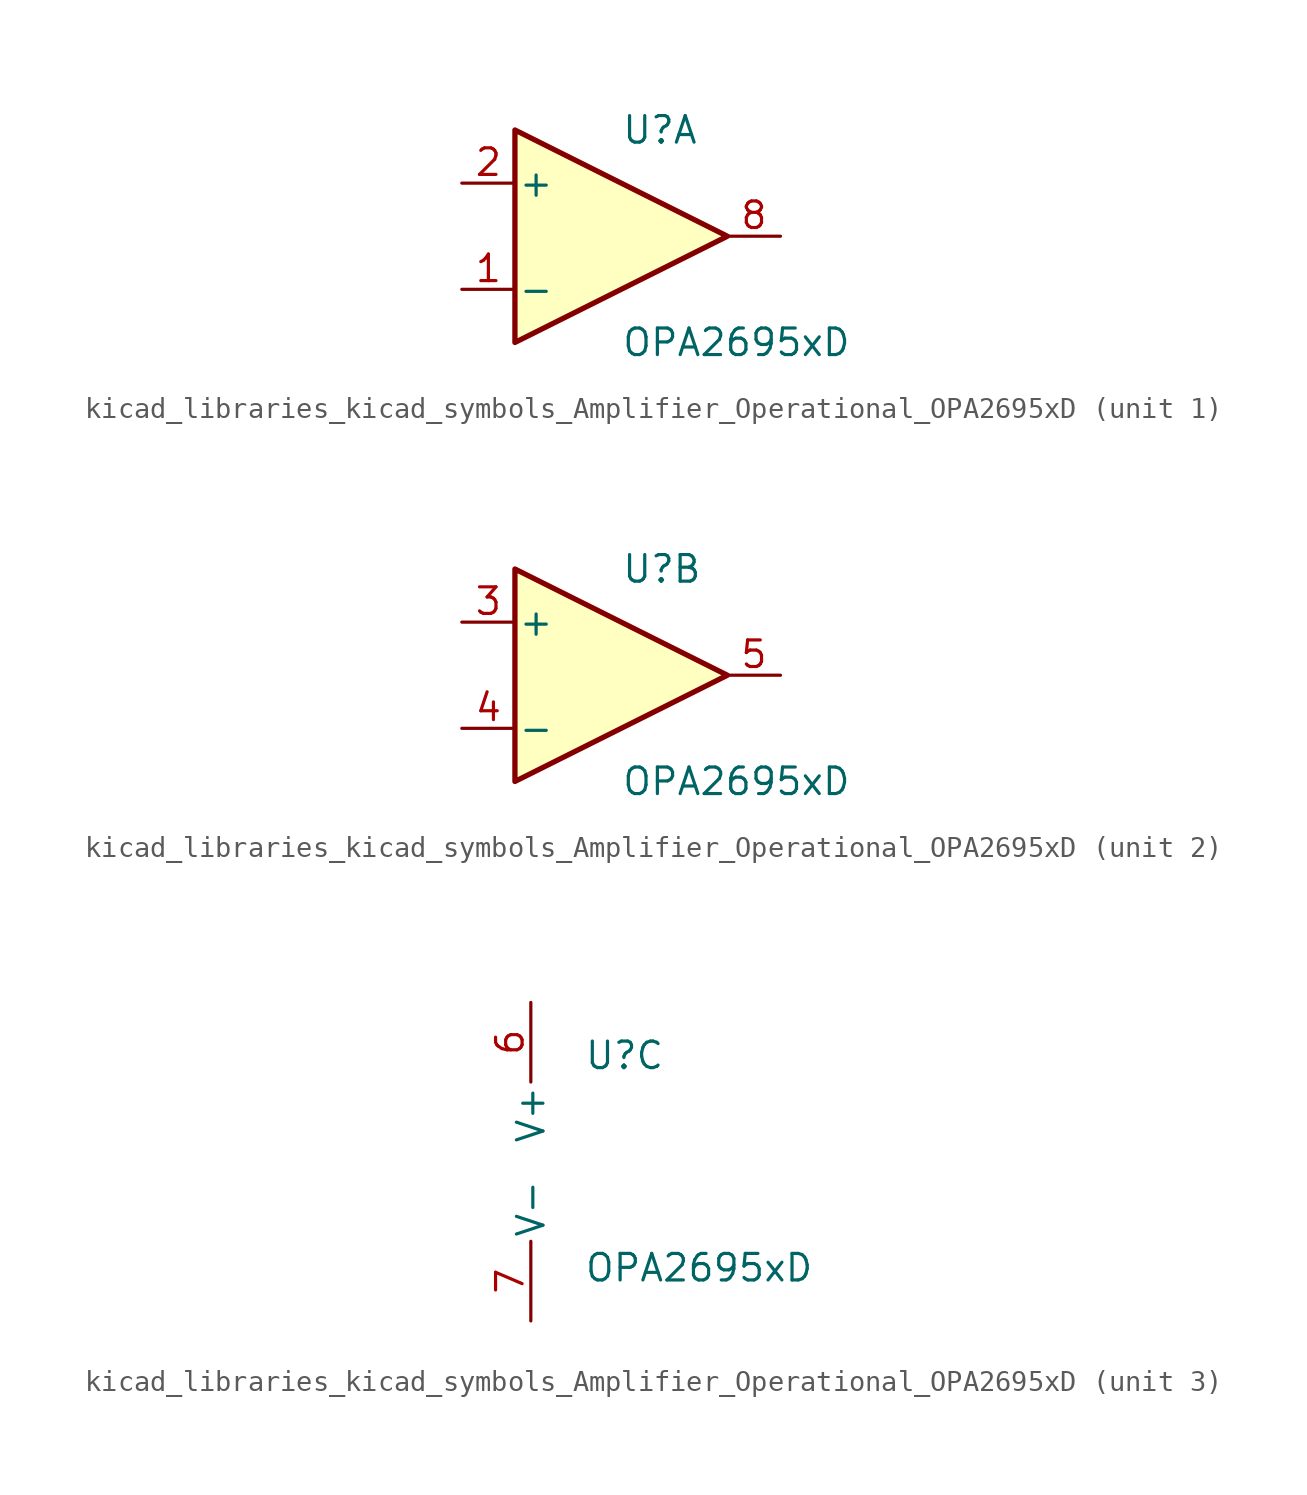
<source format=kicad_sym>
(kicad_symbol_lib
  (version 20220914)
  (generator kicad_symbol_editor)
  (symbol "kicad_libraries_kicad_symbols_Amplifier_Operational_OPA2695xD"
    (pin_names
      (offset 0.127))
    (property "Reference" "U"
      (at 0 5.08 0)
      (effects (font (size 1.27 1.27)) (justify left)))
    (property "Value" "OPA2695xD"
      (at 0 -5.08 0)
      (effects (font (size 1.27 1.27)) (justify left)))
    (property "ki_locked" ""
      (at 0 0 0)
      (effects (font (size 1.27 1.27))))
    (symbol "kicad_libraries_kicad_symbols_Amplifier_Operational_OPA2695xD_1_1"
      (polyline (pts (xy -5.08 5.08) (xy 5.08 0) (xy -5.08 -5.08) (xy -5.08 5.08)) (stroke (width 0.254) (type default)) (fill (type background)))
      (pin input line (at -7.62 -2.54 0) (length 2.54) (name "-" (effects (font (size 1.27 1.27)))) (number "1" (effects (font (size 1.27 1.27)))))
      (pin input line (at -7.62 2.54 0) (length 2.54) (name "+" (effects (font (size 1.27 1.27)))) (number "2" (effects (font (size 1.27 1.27)))))
      (pin output line (at 7.62 0 180) (length 2.54) (name "~" (effects (font (size 1.27 1.27)))) (number "8" (effects (font (size 1.27 1.27))))))
    (symbol "kicad_libraries_kicad_symbols_Amplifier_Operational_OPA2695xD_2_1"
      (polyline (pts (xy -5.08 5.08) (xy 5.08 0) (xy -5.08 -5.08) (xy -5.08 5.08)) (stroke (width 0.254) (type default)) (fill (type background)))
      (pin input line (at -7.62 2.54 0) (length 2.54) (name "+" (effects (font (size 1.27 1.27)))) (number "3" (effects (font (size 1.27 1.27)))))
      (pin input line (at -7.62 -2.54 0) (length 2.54) (name "-" (effects (font (size 1.27 1.27)))) (number "4" (effects (font (size 1.27 1.27)))))
      (pin output line (at 7.62 0 180) (length 2.54) (name "~" (effects (font (size 1.27 1.27)))) (number "5" (effects (font (size 1.27 1.27))))))
    (symbol "kicad_libraries_kicad_symbols_Amplifier_Operational_OPA2695xD_3_1"
      (pin power_in line (at -2.54 7.62 270) (length 3.81) (name "V+" (effects (font (size 1.27 1.27)))) (number "6" (effects (font (size 1.27 1.27)))))
      (pin power_in line (at -2.54 -7.62 90) (length 3.81) (name "V-" (effects (font (size 1.27 1.27)))) (number "7" (effects (font (size 1.27 1.27))))))))
</source>
